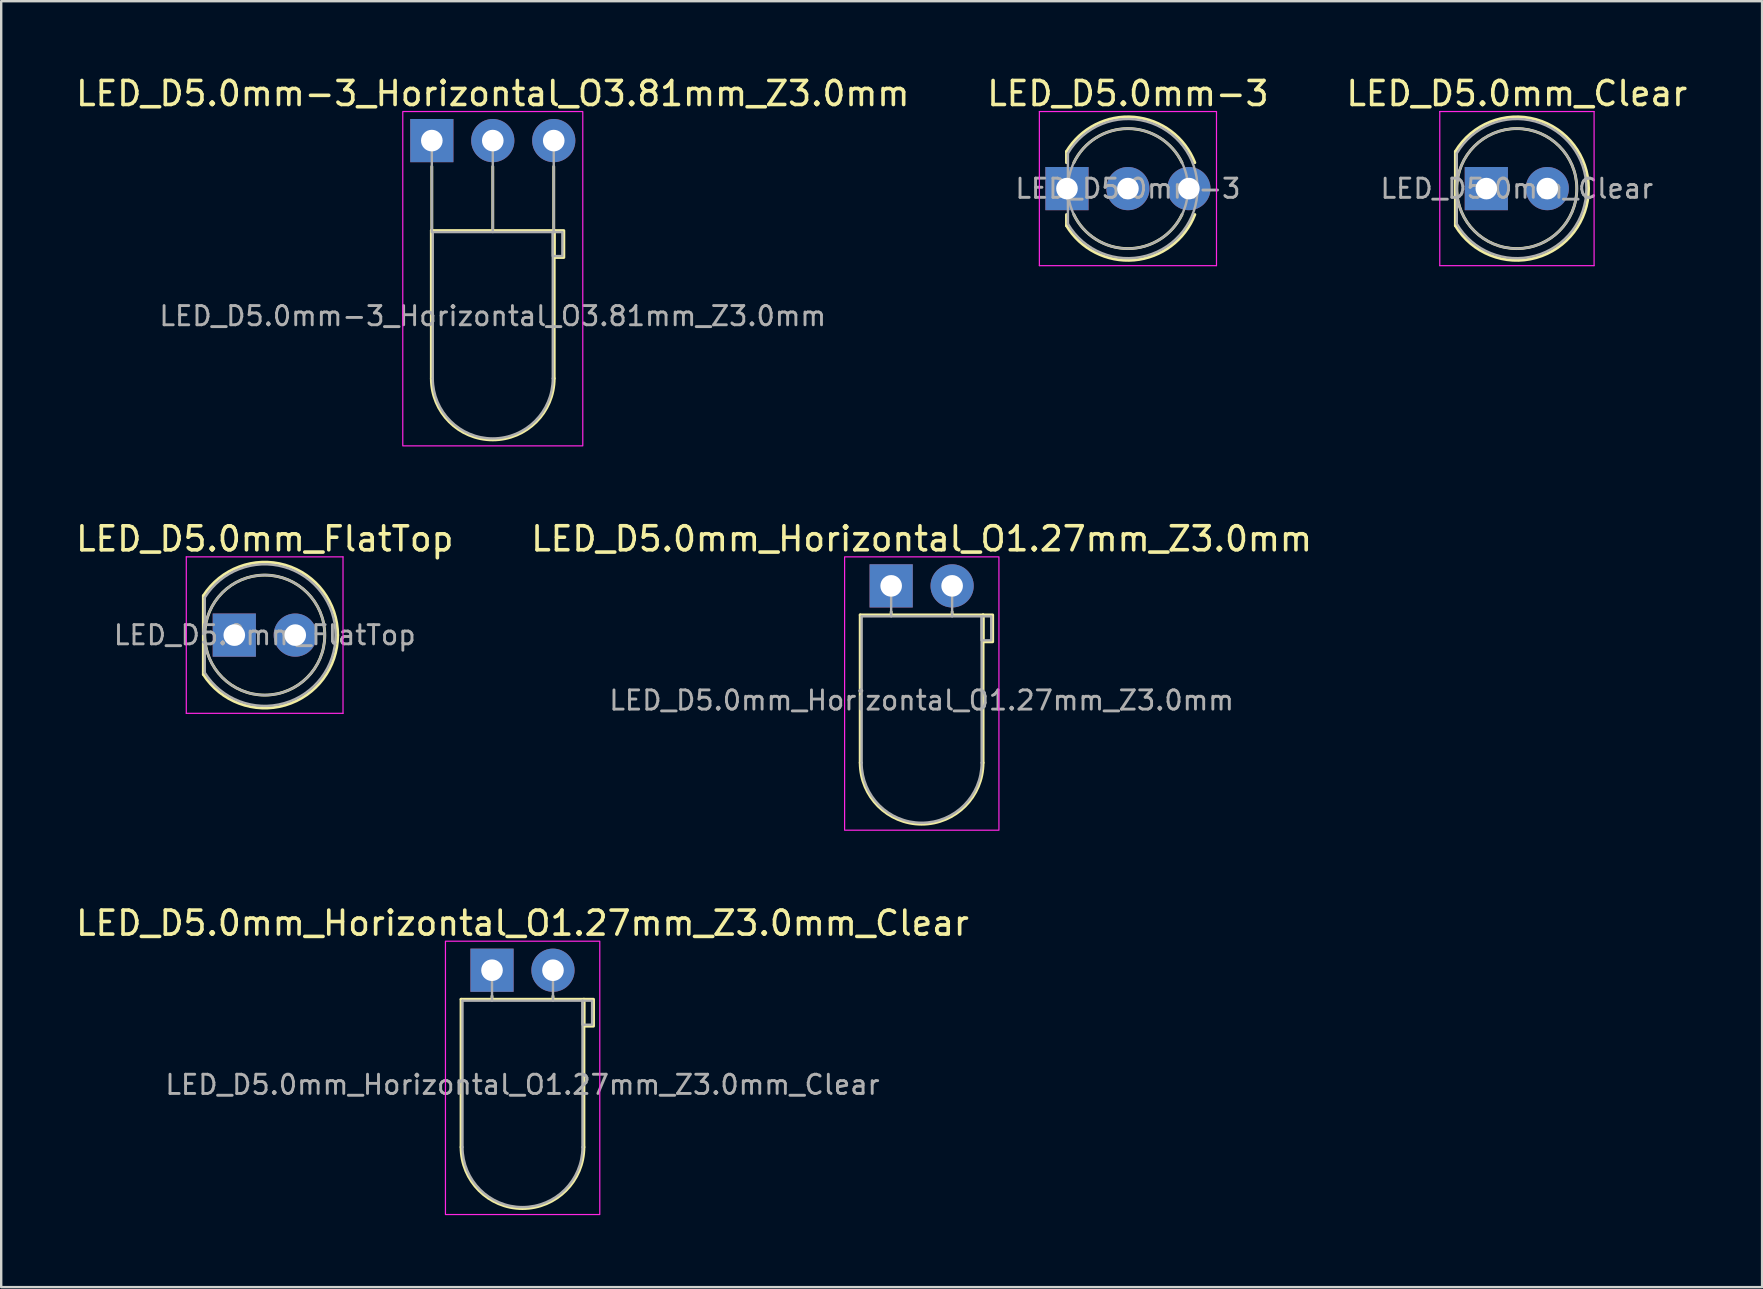
<source format=kicad_pcb>
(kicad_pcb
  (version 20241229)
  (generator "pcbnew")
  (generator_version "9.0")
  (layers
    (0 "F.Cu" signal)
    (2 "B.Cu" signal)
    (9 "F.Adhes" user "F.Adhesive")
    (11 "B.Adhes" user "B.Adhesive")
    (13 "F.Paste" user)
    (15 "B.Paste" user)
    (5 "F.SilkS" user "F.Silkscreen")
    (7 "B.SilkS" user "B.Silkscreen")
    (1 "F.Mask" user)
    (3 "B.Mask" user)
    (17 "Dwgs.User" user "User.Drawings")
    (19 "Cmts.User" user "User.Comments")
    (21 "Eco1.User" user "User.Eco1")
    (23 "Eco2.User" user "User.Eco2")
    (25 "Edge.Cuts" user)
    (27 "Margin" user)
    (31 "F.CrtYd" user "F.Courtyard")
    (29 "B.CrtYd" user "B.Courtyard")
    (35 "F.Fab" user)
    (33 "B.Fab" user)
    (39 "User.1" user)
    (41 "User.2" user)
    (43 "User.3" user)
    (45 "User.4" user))
  (footprint "LED_D5.0mm_Horizontal_O1.27mm_Z3.0mm_Clear"
    (layer "F.Cu")
    (at 17.45 37.375)
    (property "Reference" "LED_D5.0mm_Horizontal_O1.27mm_Z3.0mm_Clear" (at 1.27 -1.96 0) (layer "F.SilkS") (effects (font (size 1 1) (thickness 0.15))))
    (attr through_hole)
    (fp_line (start -1.29 1.21) (end -1.29 7.37) (stroke (width 0.12) (type solid)) (layer "F.SilkS"))
    (fp_line (start -1.29 1.21) (end 3.83 1.21) (stroke (width 0.12) (type solid)) (layer "F.SilkS"))
    (fp_line (start 3.83 1.21) (end 3.83 7.37) (stroke (width 0.12) (type solid)) (layer "F.SilkS"))
    (fp_rect (start 0 1.08) (end 0 1.21) (stroke (width 0.12) (type solid)) (fill no) (layer "F.SilkS"))
    (fp_rect (start 2.54 1.08) (end 2.54 1.21) (stroke (width 0.12) (type solid)) (fill no) (layer "F.SilkS"))
    (fp_rect (start 3.83 1.21) (end 4.23 2.33) (stroke (width 0.12) (type solid)) (fill no) (layer "F.SilkS"))
    (fp_arc (start 3.83 7.37) (mid 1.27 9.93) (end -1.29 7.37) (stroke (width 0.12) (type solid)) (layer "F.SilkS"))
    (fp_rect (start -1.94 -1.21) (end 4.49 10.18) (stroke (width 0.05) (type solid)) (fill no) (layer "F.CrtYd"))
    (fp_line (start -1.23 1.27) (end -1.23 7.37) (stroke (width 0.1) (type solid)) (layer "F.Fab"))
    (fp_line (start -1.23 1.27) (end 3.77 1.27) (stroke (width 0.1) (type solid)) (layer "F.Fab"))
    (fp_line (start 3.77 1.27) (end 3.77 7.37) (stroke (width 0.1) (type solid)) (layer "F.Fab"))
    (fp_rect (start 0 0) (end 0 1.27) (stroke (width 0.1) (type solid)) (fill no) (layer "F.Fab"))
    (fp_rect (start 2.54 0) (end 2.54 1.27) (stroke (width 0.1) (type solid)) (fill no) (layer "F.Fab"))
    (fp_rect (start 3.77 1.27) (end 4.17 2.27) (stroke (width 0.1) (type solid)) (fill no) (layer "F.Fab"))
    (fp_arc (start 3.77 7.37) (mid 1.27 9.87) (end -1.23 7.37) (stroke (width 0.1) (type solid)) (layer "F.Fab"))
    (fp_text user "${REFERENCE}" (at 1.27 4.77 0) (layer "F.Fab") (effects (font (size 0.8 0.8) (thickness 0.12))))
    (pad "1" thru_hole rect (at 0 0) (size 1.8 1.8) (drill 0.9) (layers "*.Cu" "*.Mask"))
    (pad "2" thru_hole circle (at 2.54 0) (size 1.8 1.8) (drill 0.9) (layers "*.Cu" "*.Mask")))
  (footprint "LED_D5.0mm_FlatTop"
    (layer "F.Cu")
    (at 6.712 23.412)
    (property "Reference" "LED_D5.0mm_FlatTop" (at 1.27 -4.01 0) (layer "F.SilkS") (effects (font (size 1 1) (thickness 0.15))))
    (attr through_hole)
    (fp_line (start -1.29 -1.64) (end -1.29 1.64) (stroke (width 0.12) (type solid)) (layer "F.SilkS"))
    (fp_arc (start -1.29 -1.639512) (mid 2.124142 -2.91754) (end 4.31 -0.000051) (stroke (width 0.12) (type solid)) (layer "F.SilkS"))
    (fp_arc (start 4.31 0.000051) (mid 2.124142 2.91754) (end -1.29 1.639512) (stroke (width 0.12) (type solid)) (layer "F.SilkS"))
    (fp_circle (center 1.27 0) (end 3.77 0) (stroke (width 0.12) (type solid)) (fill no) (layer "F.SilkS"))
    (fp_line (start -2 -3.26) (end -2 3.26) (stroke (width 0.05) (type solid)) (layer "F.CrtYd"))
    (fp_line (start -2 3.26) (end 4.53 3.26) (stroke (width 0.05) (type solid)) (layer "F.CrtYd"))
    (fp_line (start 4.53 -3.26) (end -2 -3.26) (stroke (width 0.05) (type solid)) (layer "F.CrtYd"))
    (fp_line (start 4.53 3.26) (end 4.53 -3.26) (stroke (width 0.05) (type solid)) (layer "F.CrtYd"))
    (fp_line (start -1.23 -1.566) (end -1.23 1.566) (stroke (width 0.1) (type solid)) (layer "F.Fab"))
    (fp_arc (start -1.23 -1.566046) (mid 4.22 -0.000049) (end -1.229948 1.566129) (stroke (width 0.1) (type solid)) (layer "F.Fab"))
    (fp_circle (center 1.27 0) (end 3.77 0) (stroke (width 0.1) (type solid)) (fill no) (layer "F.Fab"))
    (fp_text user "${REFERENCE}" (at 1.27 0 0) (layer "F.Fab") (effects (font (size 0.8 0.8) (thickness 0.12))))
    (pad "1" thru_hole rect (at 0 0) (size 1.8 1.8) (drill 0.9) (layers "*.Cu" "*.Mask"))
    (pad "2" thru_hole circle (at 2.54 0) (size 1.8 1.8) (drill 0.9) (layers "*.Cu" "*.Mask")))
  (footprint "LED_D5.0mm-3_Horizontal_O3.81mm_Z3.0mm"
    (layer "F.Cu")
    (at 14.942 2.808)
    (property "Reference" "LED_D5.0mm-3_Horizontal_O3.81mm_Z3.0mm" (at 2.54 -1.96 0) (layer "F.SilkS") (effects (font (size 1 1) (thickness 0.15))))
    (attr through_hole)
    (fp_line (start -0.02 3.75) (end -0.02 9.91) (stroke (width 0.12) (type solid)) (layer "F.SilkS"))
    (fp_line (start -0.02 3.75) (end 5.1 3.75) (stroke (width 0.12) (type solid)) (layer "F.SilkS"))
    (fp_line (start 5.1 3.75) (end 5.1 9.91) (stroke (width 0.12) (type solid)) (layer "F.SilkS"))
    (fp_rect (start 0 1.08) (end 0 3.75) (stroke (width 0.12) (type solid)) (fill no) (layer "F.SilkS"))
    (fp_rect (start 2.54 1.08) (end 2.54 3.75) (stroke (width 0.12) (type solid)) (fill no) (layer "F.SilkS"))
    (fp_rect (start 5.08 1.08) (end 5.08 3.75) (stroke (width 0.12) (type solid)) (fill no) (layer "F.SilkS"))
    (fp_rect (start 5.1 3.75) (end 5.5 4.87) (stroke (width 0.12) (type solid)) (fill no) (layer "F.SilkS"))
    (fp_arc (start 5.1 9.91) (mid 2.54 12.47) (end -0.02 9.91) (stroke (width 0.12) (type solid)) (layer "F.SilkS"))
    (fp_rect (start -1.21 -1.21) (end 6.29 12.72) (stroke (width 0.05) (type solid)) (fill no) (layer "F.CrtYd"))
    (fp_line (start 0.04 3.81) (end 0.04 9.91) (stroke (width 0.1) (type solid)) (layer "F.Fab"))
    (fp_line (start 0.04 3.81) (end 5.04 3.81) (stroke (width 0.1) (type solid)) (layer "F.Fab"))
    (fp_line (start 5.04 3.81) (end 5.04 9.91) (stroke (width 0.1) (type solid)) (layer "F.Fab"))
    (fp_rect (start 0 0) (end 0 3.81) (stroke (width 0.1) (type solid)) (fill no) (layer "F.Fab"))
    (fp_rect (start 2.54 0) (end 2.54 3.81) (stroke (width 0.1) (type solid)) (fill no) (layer "F.Fab"))
    (fp_rect (start 5.04 3.81) (end 5.44 4.81) (stroke (width 0.1) (type solid)) (fill no) (layer "F.Fab"))
    (fp_rect (start 5.08 0) (end 5.08 3.81) (stroke (width 0.1) (type solid)) (fill no) (layer "F.Fab"))
    (fp_arc (start 5.04 9.91) (mid 2.54 12.41) (end 0.04 9.91) (stroke (width 0.1) (type solid)) (layer "F.Fab"))
    (fp_text user "${REFERENCE}" (at 2.54 7.31 0) (layer "F.Fab") (effects (font (size 0.8 0.8) (thickness 0.12))))
    (pad "1" thru_hole rect (at 0 0) (size 1.8 1.8) (drill 0.9) (layers "*.Cu" "*.Mask"))
    (pad "2" thru_hole circle (at 2.54 0) (size 1.8 1.8) (drill 0.9) (layers "*.Cu" "*.Mask"))
    (pad "3" thru_hole circle (at 5.08 0) (size 1.8 1.8) (drill 0.9) (layers "*.Cu" "*.Mask")))
  (footprint "LED_D5.0mm_Horizontal_O1.27mm_Z3.0mm"
    (layer "F.Cu")
    (at 34.081 21.361)
    (property "Reference" "LED_D5.0mm_Horizontal_O1.27mm_Z3.0mm" (at 1.27 -1.96 0) (layer "F.SilkS") (effects (font (size 1 1) (thickness 0.15))))
    (attr through_hole)
    (fp_line (start -1.29 1.21) (end -1.29 7.37) (stroke (width 0.12) (type solid)) (layer "F.SilkS"))
    (fp_line (start -1.29 1.21) (end 3.83 1.21) (stroke (width 0.12) (type solid)) (layer "F.SilkS"))
    (fp_line (start 3.83 1.21) (end 3.83 7.37) (stroke (width 0.12) (type solid)) (layer "F.SilkS"))
    (fp_rect (start 0 1.08) (end 0 1.21) (stroke (width 0.12) (type solid)) (fill no) (layer "F.SilkS"))
    (fp_rect (start 2.54 1.08) (end 2.54 1.21) (stroke (width 0.12) (type solid)) (fill no) (layer "F.SilkS"))
    (fp_rect (start 3.83 1.21) (end 4.23 2.33) (stroke (width 0.12) (type solid)) (fill no) (layer "F.SilkS"))
    (fp_arc (start 3.83 7.37) (mid 1.27 9.93) (end -1.29 7.37) (stroke (width 0.12) (type solid)) (layer "F.SilkS"))
    (fp_rect (start -1.94 -1.21) (end 4.49 10.18) (stroke (width 0.05) (type solid)) (fill no) (layer "F.CrtYd"))
    (fp_line (start -1.23 1.27) (end -1.23 7.37) (stroke (width 0.1) (type solid)) (layer "F.Fab"))
    (fp_line (start -1.23 1.27) (end 3.77 1.27) (stroke (width 0.1) (type solid)) (layer "F.Fab"))
    (fp_line (start 3.77 1.27) (end 3.77 7.37) (stroke (width 0.1) (type solid)) (layer "F.Fab"))
    (fp_rect (start 0 0) (end 0 1.27) (stroke (width 0.1) (type solid)) (fill no) (layer "F.Fab"))
    (fp_rect (start 2.54 0) (end 2.54 1.27) (stroke (width 0.1) (type solid)) (fill no) (layer "F.Fab"))
    (fp_rect (start 3.77 1.27) (end 4.17 2.27) (stroke (width 0.1) (type solid)) (fill no) (layer "F.Fab"))
    (fp_arc (start 3.77 7.37) (mid 1.27 9.87) (end -1.23 7.37) (stroke (width 0.1) (type solid)) (layer "F.Fab"))
    (fp_text user "${REFERENCE}" (at 1.27 4.77 0) (layer "F.Fab") (effects (font (size 0.8 0.8) (thickness 0.12))))
    (pad "1" thru_hole rect (at 0 0) (size 1.8 1.8) (drill 0.9) (layers "*.Cu" "*.Mask"))
    (pad "2" thru_hole circle (at 2.54 0) (size 1.8 1.8) (drill 0.9) (layers "*.Cu" "*.Mask")))
  (footprint "LED_D5.0mm_Clear"
    (layer "F.Cu")
    (at 58.879 4.808)
    (property "Reference" "LED_D5.0mm_Clear" (at 1.27 -3.96 0) (layer "F.SilkS") (effects (font (size 1 1) (thickness 0.15))))
    (attr through_hole)
    (fp_line (start -1.29 -1.545) (end -1.29 1.545) (stroke (width 0.12) (type solid)) (layer "F.SilkS"))
    (fp_arc (start -1.29 -1.54483) (mid 2.071756 -2.880501) (end 4.26 -0.000048) (stroke (width 0.12) (type solid)) (layer "F.SilkS"))
    (fp_arc (start 4.26 0.000048) (mid 2.071756 2.880501) (end -1.29 1.54483) (stroke (width 0.12) (type solid)) (layer "F.SilkS"))
    (fp_circle (center 1.27 0) (end 3.77 0) (stroke (width 0.12) (type solid)) (fill no) (layer "F.SilkS"))
    (fp_line (start -1.94 -3.21) (end -1.94 3.21) (stroke (width 0.05) (type solid)) (layer "F.CrtYd"))
    (fp_line (start -1.94 3.21) (end 4.49 3.21) (stroke (width 0.05) (type solid)) (layer "F.CrtYd"))
    (fp_line (start 4.49 -3.21) (end -1.94 -3.21) (stroke (width 0.05) (type solid)) (layer "F.CrtYd"))
    (fp_line (start 4.49 3.21) (end 4.49 -3.21) (stroke (width 0.05) (type solid)) (layer "F.CrtYd"))
    (fp_line (start -1.23 -1.47) (end -1.23 1.47) (stroke (width 0.1) (type solid)) (layer "F.Fab"))
    (fp_arc (start -1.23 -1.469694) (mid 4.17 -0.000045) (end -1.229954 1.469772) (stroke (width 0.1) (type solid)) (layer "F.Fab"))
    (fp_circle (center 1.27 0) (end 3.77 0) (stroke (width 0.1) (type solid)) (fill no) (layer "F.Fab"))
    (fp_text user "${REFERENCE}" (at 1.27 0 0) (layer "F.Fab") (effects (font (size 0.8 0.8) (thickness 0.12))))
    (pad "1" thru_hole rect (at 0 0) (size 1.8 1.8) (drill 0.9) (layers "*.Cu" "*.Mask"))
    (pad "2" thru_hole circle (at 2.54 0) (size 1.8 1.8) (drill 0.9) (layers "*.Cu" "*.Mask")))
  (footprint "LED_D5.0mm-3"
    (layer "F.Cu")
    (at 41.406 4.808)
    (property "Reference" "LED_D5.0mm-3" (at 2.54 -3.96 0) (layer "F.SilkS") (effects (font (size 1 1) (thickness 0.15))))
    (attr through_hole)
    (fp_line (start -0.02 -1.545) (end -0.02 -1.08) (stroke (width 0.12) (type solid)) (layer "F.SilkS"))
    (fp_line (start -0.02 1.08) (end -0.02 1.545) (stroke (width 0.12) (type solid)) (layer "F.SilkS"))
    (fp_arc (start -0.02 -1.54483) (mid 2.798858 -2.978774) (end 5.328107 -1.080075) (stroke (width 0.12) (type solid)) (layer "F.SilkS"))
    (fp_arc (start 0.285316 -1.08) (mid 2.539967 -2.5) (end 4.794656 -1.080059) (stroke (width 0.12) (type solid)) (layer "F.SilkS"))
    (fp_arc (start 4.794656 1.080059) (mid 2.539967 2.5) (end 0.285316 1.08) (stroke (width 0.12) (type solid)) (layer "F.SilkS"))
    (fp_arc (start 5.328107 1.080075) (mid 2.798858 2.978774) (end -0.02 1.54483) (stroke (width 0.12) (type solid)) (layer "F.SilkS"))
    (fp_line (start -1.15 -3.21) (end -1.15 3.21) (stroke (width 0.05) (type solid)) (layer "F.CrtYd"))
    (fp_line (start -1.15 3.21) (end 6.23 3.21) (stroke (width 0.05) (type solid)) (layer "F.CrtYd"))
    (fp_line (start 6.23 -3.21) (end -1.15 -3.21) (stroke (width 0.05) (type solid)) (layer "F.CrtYd"))
    (fp_line (start 6.23 3.21) (end 6.23 -3.21) (stroke (width 0.05) (type solid)) (layer "F.CrtYd"))
    (fp_line (start 0.04 -1.47) (end 0.04 1.47) (stroke (width 0.1) (type solid)) (layer "F.Fab"))
    (fp_arc (start 0.04 -1.469694) (mid 5.44 -0.000045) (end 0.040046 1.469772) (stroke (width 0.1) (type solid)) (layer "F.Fab"))
    (fp_circle (center 2.54 0) (end 5.04 0) (stroke (width 0.1) (type solid)) (fill no) (layer "F.Fab"))
    (fp_text user "${REFERENCE}" (at 2.54 0 0) (layer "F.Fab") (effects (font (size 0.8 0.8) (thickness 0.12))))
    (pad "1" thru_hole rect (at 0 0) (size 1.8 1.8) (drill 0.9) (layers "*.Cu" "*.Mask"))
    (pad "2" thru_hole circle (at 2.54 0) (size 1.8 1.8) (drill 0.9) (layers "*.Cu" "*.Mask"))
    (pad "3" thru_hole circle (at 5.08 0) (size 1.8 1.8) (drill 0.9) (layers "*.Cu" "*.Mask")))
  (gr_rect
    (start -3 -3)
    (end 70.369 50.58)
    (stroke (width 0.1) (type default))
    (fill no)
    (layer "Edge.Cuts")))
</source>
